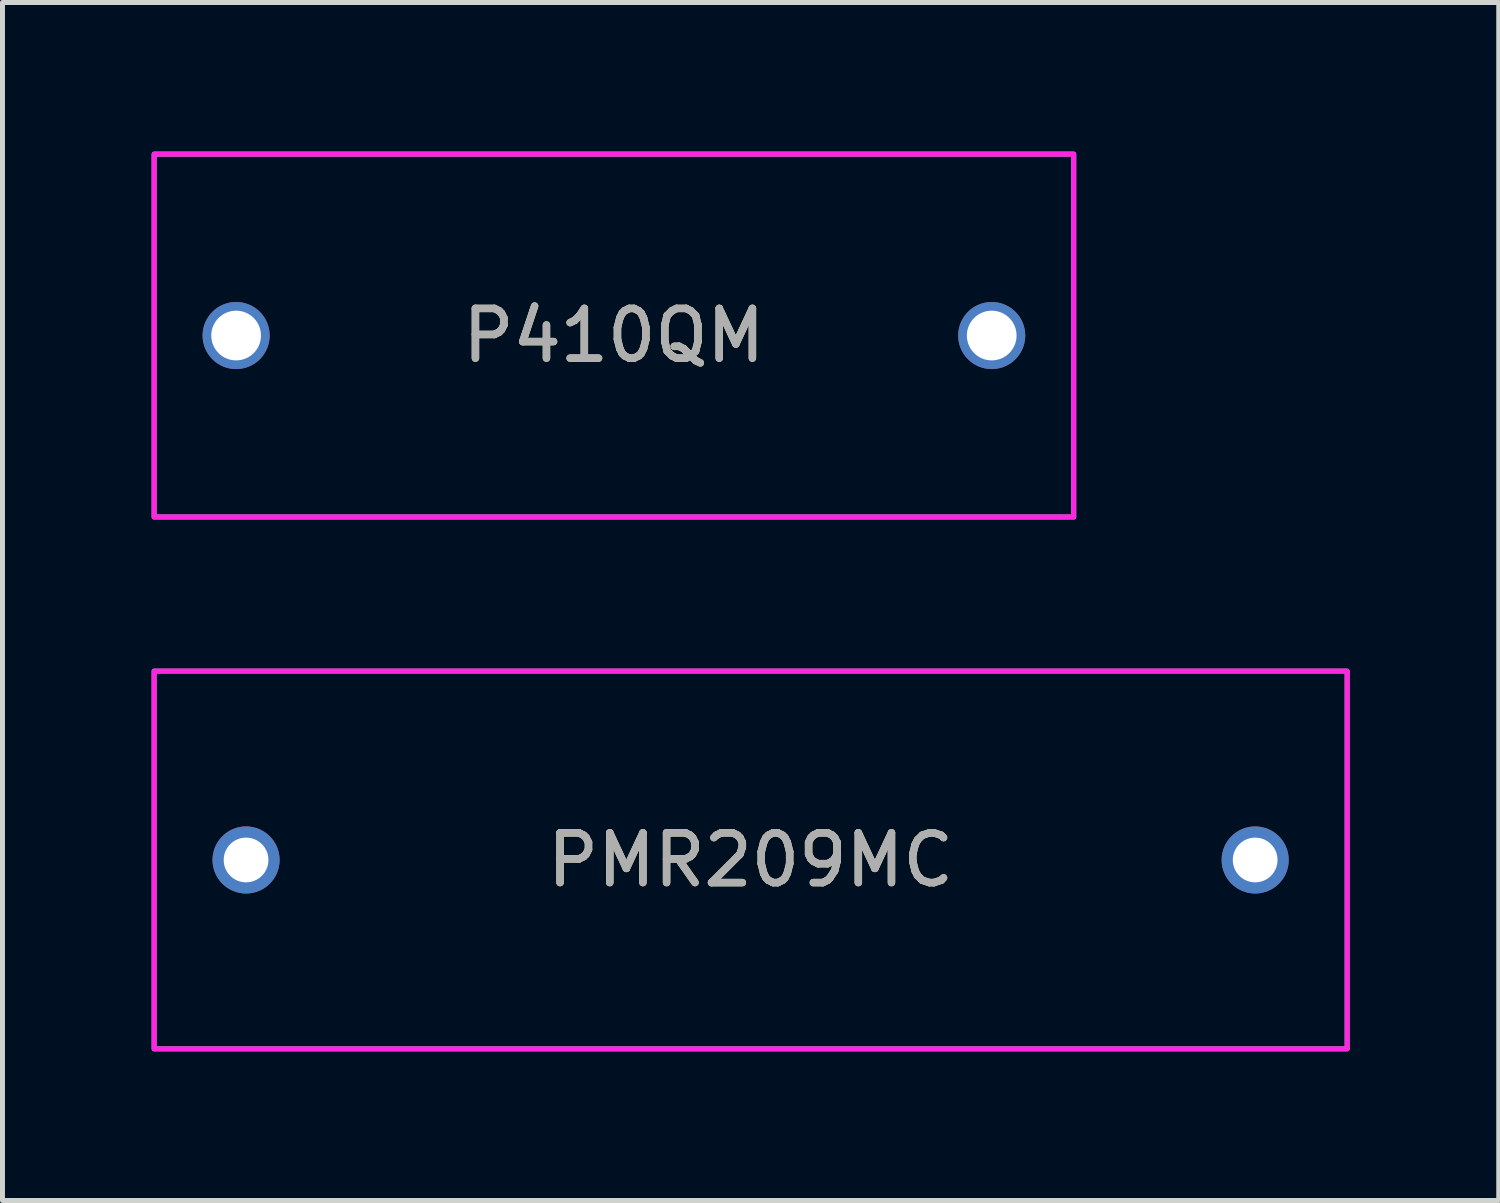
<source format=kicad_pcb>
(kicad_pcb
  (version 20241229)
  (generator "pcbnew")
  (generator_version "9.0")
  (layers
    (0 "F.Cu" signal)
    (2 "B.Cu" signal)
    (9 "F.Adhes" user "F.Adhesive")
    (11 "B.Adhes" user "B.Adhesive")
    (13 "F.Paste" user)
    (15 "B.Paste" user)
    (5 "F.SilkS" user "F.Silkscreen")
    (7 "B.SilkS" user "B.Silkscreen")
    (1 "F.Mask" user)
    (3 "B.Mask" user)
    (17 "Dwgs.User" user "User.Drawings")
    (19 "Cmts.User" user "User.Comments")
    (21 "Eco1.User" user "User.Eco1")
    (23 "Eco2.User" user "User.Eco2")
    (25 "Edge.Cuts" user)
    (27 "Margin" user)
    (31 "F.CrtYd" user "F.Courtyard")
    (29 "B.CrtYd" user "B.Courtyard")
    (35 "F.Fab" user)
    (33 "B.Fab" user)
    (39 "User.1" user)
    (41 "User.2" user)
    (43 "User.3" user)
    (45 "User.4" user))
  (footprint "PMR209MC"
    (layer "F.Cu")
    (at 12.05 14.25)
    (property "Reference" "PMR209MC" (at 0 0 0) (unlocked yes) (layer "F.SilkS") (effects (font (size 1 1) (thickness 0.15))))
    (attr through_hole)
    (fp_rect (start -12 -3.8) (end 12 3.8) (stroke (width 0.1) (type default)) (fill no) (layer "F.CrtYd"))
    (fp_rect (start -12 -3.8) (end 12 3.8) (stroke (width 0.1) (type default)) (fill no) (layer "F.Fab"))
    (fp_text user "${REFERENCE}" (at 0 0 0) (unlocked yes) (layer "F.Fab") (effects (font (size 1 1) (thickness 0.15))))
    (pad "1" thru_hole circle (at -10.15 0) (size 1.35 1.35) (drill 0.9) (layers "*.Cu" "*.Mask"))
    (pad "2" thru_hole circle (at 10.15 0) (size 1.35 1.35) (drill 0.9) (layers "*.Cu" "*.Mask")))
  (footprint "P410QM"
    (layer "F.Cu")
    (at 9.3 3.7)
    (property "Reference" "P410QM" (at 0 0 0) (unlocked yes) (layer "F.SilkS") (effects (font (size 1 1) (thickness 0.15))))
    (attr smd)
    (fp_rect (start -9.25 -3.65) (end 9.25 3.65) (stroke (width 0.1) (type default)) (fill no) (layer "F.CrtYd"))
    (fp_rect (start -9.25 -3.65) (end 9.25 3.65) (stroke (width 0.1) (type default)) (fill no) (layer "F.Fab"))
    (fp_text user "${REFERENCE}" (at 0 0 0) (unlocked yes) (layer "F.Fab") (effects (font (size 1 1) (thickness 0.15))))
    (pad "1" thru_hole circle (at -7.6 0) (size 1.35 1.35) (drill 1) (layers "*.Cu" "*.Mask"))
    (pad "2" thru_hole circle (at 7.6 0) (size 1.35 1.35) (drill 1) (layers "*.Cu" "*.Mask")))
  (gr_rect
    (start -3 -3)
    (end 27.1 21.1)
    (stroke (width 0.1) (type default))
    (fill no)
    (layer "Edge.Cuts")))
</source>
